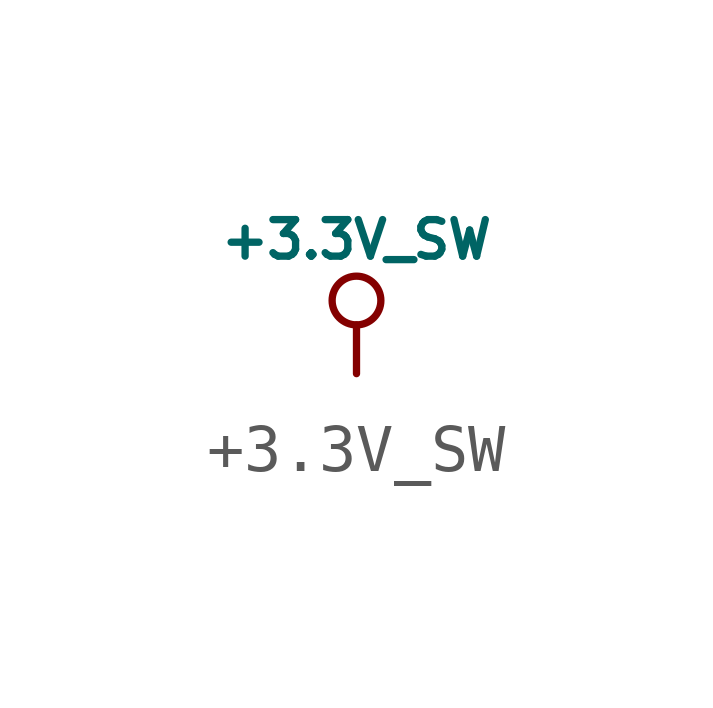
<source format=kicad_sym>
(kicad_symbol_lib
  (version 20241209)
  (generator "kicad_symbol_editor")
  (generator_version "9.0")
  (symbol "+3.3V_SW"
    (power)
    (pin_names
      (offset 0))
    (property "Reference" "#PWR"
      (at 0 -1.016 0)
      (effects (font (size 0.762 0.762)) (hide yes)))
    (property "Value" "+3.3V_SW"
      (at 0 2.794 0)
      (effects (font (size 0.762 0.762))))
    (property "Footprint" ""
      (at 0 0 0)
      (effects (font (size 1.524 1.524))))
    (property "Datasheet" ""
      (at 0 0 0)
      (effects (font (size 1.524 1.524))))
    (symbol "+3.3V_SW_0_0"
      (pin power_in line (at 0 0 90) (length 0) (hide yes) (name "+3.3V_SW" (effects (font (size 0.762 0.762)))) (number "1" (effects (font (size 0.762 0.762))))))
    (symbol "+3.3V_SW_0_1"
      (circle (center 0 1.524) (radius 0.508) (stroke (width 0) (type default)) (fill (type none)))
      (polyline (pts (xy 0 0) (xy 0 1.016) (xy 0 1.016)) (stroke (width 0) (type default)) (fill (type none))))))
</source>
